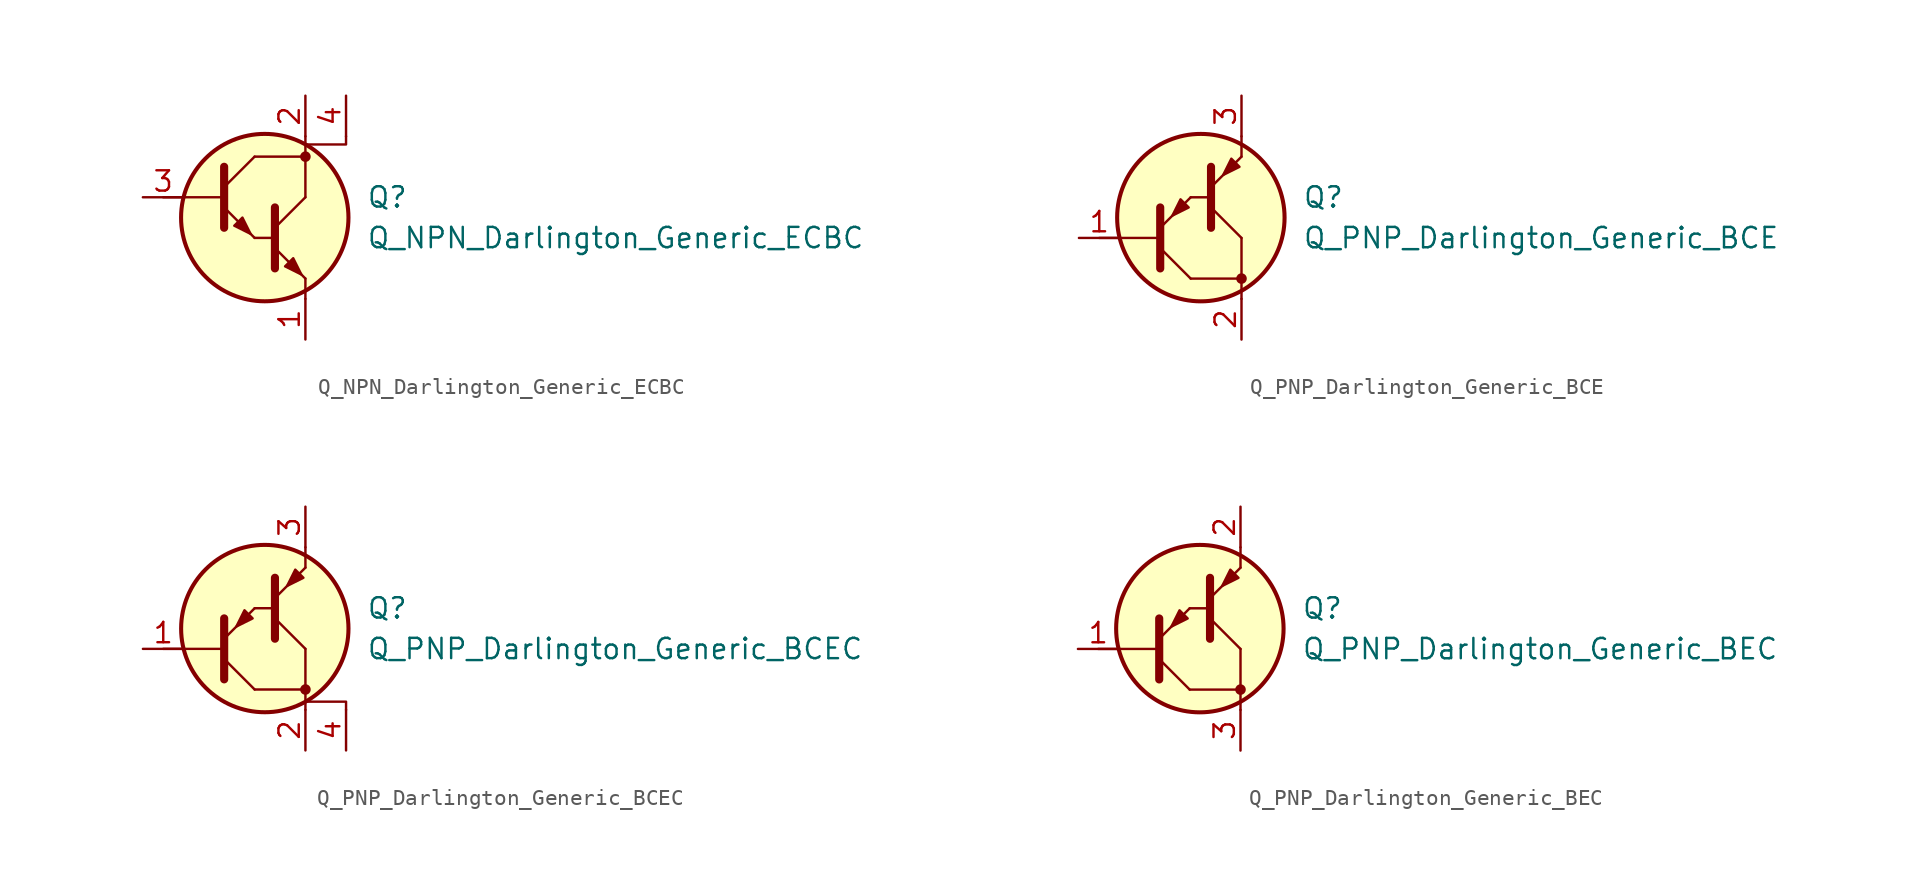
<source format=kicad_sym>
(kicad_symbol_lib
  (version 20211014)
  (generator kicad_symbol_editor)
  (symbol "Transistor_BJT_Darlington:Q_NPN_Darlington_Generic_ECBC"
    (pin_names hide)
    (property "Reference" "Q"
      (at 6.35 1.27 0)
      (effects (font (size 1.27 1.27)) (justify left)))
    (property "Value" "Q_NPN_Darlington_Generic_ECBC"
      (at 6.35 -1.27 0)
      (effects (font (size 1.27 1.27)) (justify left)))
    (symbol "Q_NPN_Darlington_Generic_ECBC_0_1"
      (polyline (pts (xy -6.35 1.27) (xy -2.54 1.27)) (stroke (width 0) (type default) (color 0 0 0 0)) (fill (type none)))
      (polyline (pts (xy -0.635 -1.27) (xy 0.635 -1.27)) (stroke (width 0) (type default) (color 0 0 0 0)) (fill (type none)))
      (polyline (pts (xy 0.635 -0.635) (xy 2.54 1.27)) (stroke (width 0) (type default) (color 0 0 0 0)) (fill (type none)))
      (polyline (pts (xy 2.54 -5.08) (xy 2.54 -3.81)) (stroke (width 0) (type default) (color 0 0 0 0)) (fill (type none)))
      (polyline (pts (xy 2.54 3.81) (xy 2.54 5.08)) (stroke (width 0) (type default) (color 0 0 0 0)) (fill (type none)))
      (polyline (pts (xy -0.635 3.81) (xy 2.54 3.81) (xy 2.54 1.27)) (stroke (width 0) (type default) (color 0 0 0 0)) (fill (type none)))
      (polyline (pts (xy 0.635 -1.905) (xy 2.54 -3.81) (xy 2.54 -3.81)) (stroke (width 0) (type default) (color 0 0 0 0)) (fill (type none)))
      (polyline (pts (xy 0.635 0.635) (xy 0.635 -3.175) (xy 0.635 -3.175)) (stroke (width 0.508) (type default) (color 0 0 0 0)) (fill (type none)))
      (polyline (pts (xy 2.54 4.572) (xy 5.08 4.572) (xy 5.08 5.08)) (stroke (width 0) (type default) (color 0 0 0 0)) (fill (type none)))
      (polyline (pts (xy 1.27 -3.048) (xy 1.778 -2.54) (xy 2.286 -3.556) (xy 1.27 -3.048) (xy 1.27 -3.048)) (stroke (width 0) (type default) (color 0 0 0 0)) (fill (type outline)))
      (circle (center 0 0) (radius 5.232) (stroke (width 0.254)) (stroke (width 0.254) (type default) (color 0 0 0 0)) (fill (type background)))
      (circle (center 2.54 3.81) (radius 0.254) (stroke (width 0)) (stroke (width 0) (type default) (color 0 0 0 0)) (fill (type outline))))
    (symbol "Q_NPN_Darlington_Generic_ECBC_1_1"
      (polyline (pts (xy -2.54 1.905) (xy -0.635 3.81)) (stroke (width 0) (type default) (color 0 0 0 0)) (fill (type none)))
      (polyline (pts (xy -2.54 0.635) (xy -0.635 -1.27) (xy -0.635 -1.27)) (stroke (width 0) (type default) (color 0 0 0 0)) (fill (type none)))
      (polyline (pts (xy -2.54 3.175) (xy -2.54 -0.635) (xy -2.54 -0.635)) (stroke (width 0.508) (type default) (color 0 0 0 0)) (fill (type none)))
      (polyline (pts (xy -1.905 -0.508) (xy -1.397 0) (xy -0.889 -1.016) (xy -1.905 -0.508) (xy -1.905 -0.508)) (stroke (width 0) (type default) (color 0 0 0 0)) (fill (type outline)))
      (pin passive line (at 2.54 -7.62 90) (length 2.54) (name "E" (effects (font (size 1.27 1.27)))) (number "1" (effects (font (size 1.27 1.27)))))
      (pin passive line (at 2.54 7.62 270) (length 2.54) (name "C" (effects (font (size 1.27 1.27)))) (number "2" (effects (font (size 1.27 1.27)))))
      (pin input line (at -7.62 1.27 0) (length 2.54) (name "B" (effects (font (size 1.27 1.27)))) (number "3" (effects (font (size 1.27 1.27)))))
      (pin passive line (at 5.08 7.62 270) (length 2.54) (name "C" (effects (font (size 1.27 1.27)))) (number "4" (effects (font (size 1.27 1.27)))))))
  (symbol "Transistor_BJT_Darlington:Q_PNP_Darlington_Generic_BCE"
    (pin_names hide)
    (property "Reference" "Q"
      (at 6.35 1.27 0)
      (effects (font (size 1.27 1.27)) (justify left)))
    (property "Value" "Q_PNP_Darlington_Generic_BCE"
      (at 6.35 -1.27 0)
      (effects (font (size 1.27 1.27)) (justify left)))
    (symbol "Q_PNP_Darlington_Generic_BCE_0_1"
      (polyline (pts (xy -6.35 -1.27) (xy -2.54 -1.27)) (stroke (width 0) (type default) (color 0 0 0 0)) (fill (type none)))
      (polyline (pts (xy -0.635 1.27) (xy 0.635 1.27)) (stroke (width 0) (type default) (color 0 0 0 0)) (fill (type none)))
      (polyline (pts (xy 0.635 0.635) (xy 2.54 -1.27)) (stroke (width 0) (type default) (color 0 0 0 0)) (fill (type none)))
      (polyline (pts (xy 2.54 -3.81) (xy 2.54 -5.08)) (stroke (width 0) (type default) (color 0 0 0 0)) (fill (type none)))
      (polyline (pts (xy 2.54 5.08) (xy 2.54 3.81)) (stroke (width 0) (type default) (color 0 0 0 0)) (fill (type none)))
      (polyline (pts (xy -0.635 -3.81) (xy 2.54 -3.81) (xy 2.54 -1.27)) (stroke (width 0) (type default) (color 0 0 0 0)) (fill (type none)))
      (polyline (pts (xy 0.635 -0.635) (xy 0.635 3.175) (xy 0.635 3.175)) (stroke (width 0.508) (type default) (color 0 0 0 0)) (fill (type none)))
      (polyline (pts (xy 0.635 1.905) (xy 2.54 3.81) (xy 2.54 3.81)) (stroke (width 0) (type default) (color 0 0 0 0)) (fill (type none)))
      (circle (center 0 0) (radius 5.232) (stroke (width 0.254)) (stroke (width 0.254) (type default) (color 0 0 0 0)) (fill (type background)))
      (circle (center 2.54 -3.81) (radius 0.254) (stroke (width 0)) (stroke (width 0) (type default) (color 0 0 0 0)) (fill (type outline))))
    (symbol "Q_PNP_Darlington_Generic_BCE_1_1"
      (polyline (pts (xy -2.54 -1.905) (xy -0.635 -3.81)) (stroke (width 0) (type default) (color 0 0 0 0)) (fill (type none)))
      (polyline (pts (xy -2.54 -3.175) (xy -2.54 0.635) (xy -2.54 0.635)) (stroke (width 0.508) (type default) (color 0 0 0 0)) (fill (type none)))
      (polyline (pts (xy -2.54 -0.635) (xy -0.635 1.27) (xy -0.635 1.27)) (stroke (width 0) (type default) (color 0 0 0 0)) (fill (type none)))
      (polyline (pts (xy -0.762 0.635) (xy -1.27 1.143) (xy -1.778 0.127) (xy -0.762 0.635) (xy -0.762 0.635)) (stroke (width 0) (type default) (color 0 0 0 0)) (fill (type outline)))
      (polyline (pts (xy 2.413 3.175) (xy 1.905 3.683) (xy 1.397 2.667) (xy 2.413 3.175) (xy 2.413 3.175)) (stroke (width 0) (type default) (color 0 0 0 0)) (fill (type outline)))
      (pin input line (at -7.62 -1.27 0) (length 2.54) (name "B" (effects (font (size 1.27 1.27)))) (number "1" (effects (font (size 1.27 1.27)))))
      (pin passive line (at 2.54 -7.62 90) (length 2.54) (name "C" (effects (font (size 1.27 1.27)))) (number "2" (effects (font (size 1.27 1.27)))))
      (pin passive line (at 2.54 7.62 270) (length 2.54) (name "E" (effects (font (size 1.27 1.27)))) (number "3" (effects (font (size 1.27 1.27)))))))
  (symbol "Transistor_BJT_Darlington:Q_PNP_Darlington_Generic_BCEC"
    (pin_names hide)
    (property "Reference" "Q"
      (at 6.35 1.27 0)
      (effects (font (size 1.27 1.27)) (justify left)))
    (property "Value" "Q_PNP_Darlington_Generic_BCEC"
      (at 6.35 -1.27 0)
      (effects (font (size 1.27 1.27)) (justify left)))
    (symbol "Q_PNP_Darlington_Generic_BCEC_0_1"
      (polyline (pts (xy -6.35 -1.27) (xy -2.54 -1.27)) (stroke (width 0) (type default) (color 0 0 0 0)) (fill (type none)))
      (polyline (pts (xy -0.635 1.27) (xy 0.635 1.27)) (stroke (width 0) (type default) (color 0 0 0 0)) (fill (type none)))
      (polyline (pts (xy 0.635 0.635) (xy 2.54 -1.27)) (stroke (width 0) (type default) (color 0 0 0 0)) (fill (type none)))
      (polyline (pts (xy 2.54 -3.81) (xy 2.54 -5.08)) (stroke (width 0) (type default) (color 0 0 0 0)) (fill (type none)))
      (polyline (pts (xy 2.54 5.08) (xy 2.54 3.81)) (stroke (width 0) (type default) (color 0 0 0 0)) (fill (type none)))
      (polyline (pts (xy -0.635 -3.81) (xy 2.54 -3.81) (xy 2.54 -1.27)) (stroke (width 0) (type default) (color 0 0 0 0)) (fill (type none)))
      (polyline (pts (xy 0.635 -0.635) (xy 0.635 3.175) (xy 0.635 3.175)) (stroke (width 0.508) (type default) (color 0 0 0 0)) (fill (type none)))
      (polyline (pts (xy 0.635 1.905) (xy 2.54 3.81) (xy 2.54 3.81)) (stroke (width 0) (type default) (color 0 0 0 0)) (fill (type none)))
      (polyline (pts (xy 2.54 -4.572) (xy 5.08 -4.572) (xy 5.08 -5.08)) (stroke (width 0) (type default) (color 0 0 0 0)) (fill (type none)))
      (circle (center 0 0) (radius 5.232) (stroke (width 0.254)) (stroke (width 0.254) (type default) (color 0 0 0 0)) (fill (type background)))
      (circle (center 2.54 -3.81) (radius 0.254) (stroke (width 0)) (stroke (width 0) (type default) (color 0 0 0 0)) (fill (type outline))))
    (symbol "Q_PNP_Darlington_Generic_BCEC_1_1"
      (polyline (pts (xy -2.54 -1.905) (xy -0.635 -3.81)) (stroke (width 0) (type default) (color 0 0 0 0)) (fill (type none)))
      (polyline (pts (xy -2.54 -3.175) (xy -2.54 0.635) (xy -2.54 0.635)) (stroke (width 0.508) (type default) (color 0 0 0 0)) (fill (type none)))
      (polyline (pts (xy -2.54 -0.635) (xy -0.635 1.27) (xy -0.635 1.27)) (stroke (width 0) (type default) (color 0 0 0 0)) (fill (type none)))
      (polyline (pts (xy -0.762 0.635) (xy -1.27 1.143) (xy -1.778 0.127) (xy -0.762 0.635) (xy -0.762 0.635)) (stroke (width 0) (type default) (color 0 0 0 0)) (fill (type outline)))
      (polyline (pts (xy 2.413 3.175) (xy 1.905 3.683) (xy 1.397 2.667) (xy 2.413 3.175) (xy 2.413 3.175)) (stroke (width 0) (type default) (color 0 0 0 0)) (fill (type outline)))
      (pin input line (at -7.62 -1.27 0) (length 2.54) (name "B" (effects (font (size 1.27 1.27)))) (number "1" (effects (font (size 1.27 1.27)))))
      (pin passive line (at 2.54 -7.62 90) (length 2.54) (name "C" (effects (font (size 1.27 1.27)))) (number "2" (effects (font (size 1.27 1.27)))))
      (pin passive line (at 2.54 7.62 270) (length 2.54) (name "E" (effects (font (size 1.27 1.27)))) (number "3" (effects (font (size 1.27 1.27)))))
      (pin passive line (at 5.08 -7.62 90) (length 2.54) (name "C" (effects (font (size 1.27 1.27)))) (number "4" (effects (font (size 1.27 1.27)))))))
  (symbol "Transistor_BJT_Darlington:Q_PNP_Darlington_Generic_BEC"
    (pin_names hide)
    (property "Reference" "Q"
      (at 6.35 1.27 0)
      (effects (font (size 1.27 1.27)) (justify left)))
    (property "Value" "Q_PNP_Darlington_Generic_BEC"
      (at 6.35 -1.27 0)
      (effects (font (size 1.27 1.27)) (justify left)))
    (symbol "Q_PNP_Darlington_Generic_BEC_0_1"
      (polyline (pts (xy -6.35 -1.27) (xy -2.54 -1.27)) (stroke (width 0) (type default) (color 0 0 0 0)) (fill (type none)))
      (polyline (pts (xy -0.635 1.27) (xy 0.635 1.27)) (stroke (width 0) (type default) (color 0 0 0 0)) (fill (type none)))
      (polyline (pts (xy 0.635 0.635) (xy 2.54 -1.27)) (stroke (width 0) (type default) (color 0 0 0 0)) (fill (type none)))
      (polyline (pts (xy 2.54 -3.81) (xy 2.54 -5.08)) (stroke (width 0) (type default) (color 0 0 0 0)) (fill (type none)))
      (polyline (pts (xy 2.54 5.08) (xy 2.54 3.81)) (stroke (width 0) (type default) (color 0 0 0 0)) (fill (type none)))
      (polyline (pts (xy -0.635 -3.81) (xy 2.54 -3.81) (xy 2.54 -1.27)) (stroke (width 0) (type default) (color 0 0 0 0)) (fill (type none)))
      (polyline (pts (xy 0.635 -0.635) (xy 0.635 3.175) (xy 0.635 3.175)) (stroke (width 0.508) (type default) (color 0 0 0 0)) (fill (type none)))
      (polyline (pts (xy 0.635 1.905) (xy 2.54 3.81) (xy 2.54 3.81)) (stroke (width 0) (type default) (color 0 0 0 0)) (fill (type none)))
      (circle (center 0 0) (radius 5.232) (stroke (width 0.254)) (stroke (width 0.254) (type default) (color 0 0 0 0)) (fill (type background)))
      (circle (center 2.54 -3.81) (radius 0.254) (stroke (width 0)) (stroke (width 0) (type default) (color 0 0 0 0)) (fill (type outline))))
    (symbol "Q_PNP_Darlington_Generic_BEC_1_1"
      (polyline (pts (xy -2.54 -1.905) (xy -0.635 -3.81)) (stroke (width 0) (type default) (color 0 0 0 0)) (fill (type none)))
      (polyline (pts (xy -2.54 -3.175) (xy -2.54 0.635) (xy -2.54 0.635)) (stroke (width 0.508) (type default) (color 0 0 0 0)) (fill (type none)))
      (polyline (pts (xy -2.54 -0.635) (xy -0.635 1.27) (xy -0.635 1.27)) (stroke (width 0) (type default) (color 0 0 0 0)) (fill (type none)))
      (polyline (pts (xy -0.762 0.635) (xy -1.27 1.143) (xy -1.778 0.127) (xy -0.762 0.635) (xy -0.762 0.635)) (stroke (width 0) (type default) (color 0 0 0 0)) (fill (type outline)))
      (polyline (pts (xy 2.413 3.175) (xy 1.905 3.683) (xy 1.397 2.667) (xy 2.413 3.175) (xy 2.413 3.175)) (stroke (width 0) (type default) (color 0 0 0 0)) (fill (type outline)))
      (pin input line (at -7.62 -1.27 0) (length 2.54) (name "B" (effects (font (size 1.27 1.27)))) (number "1" (effects (font (size 1.27 1.27)))))
      (pin passive line (at 2.54 7.62 270) (length 2.54) (name "E" (effects (font (size 1.27 1.27)))) (number "2" (effects (font (size 1.27 1.27)))))
      (pin passive line (at 2.54 -7.62 90) (length 2.54) (name "C" (effects (font (size 1.27 1.27)))) (number "3" (effects (font (size 1.27 1.27))))))))
</source>
